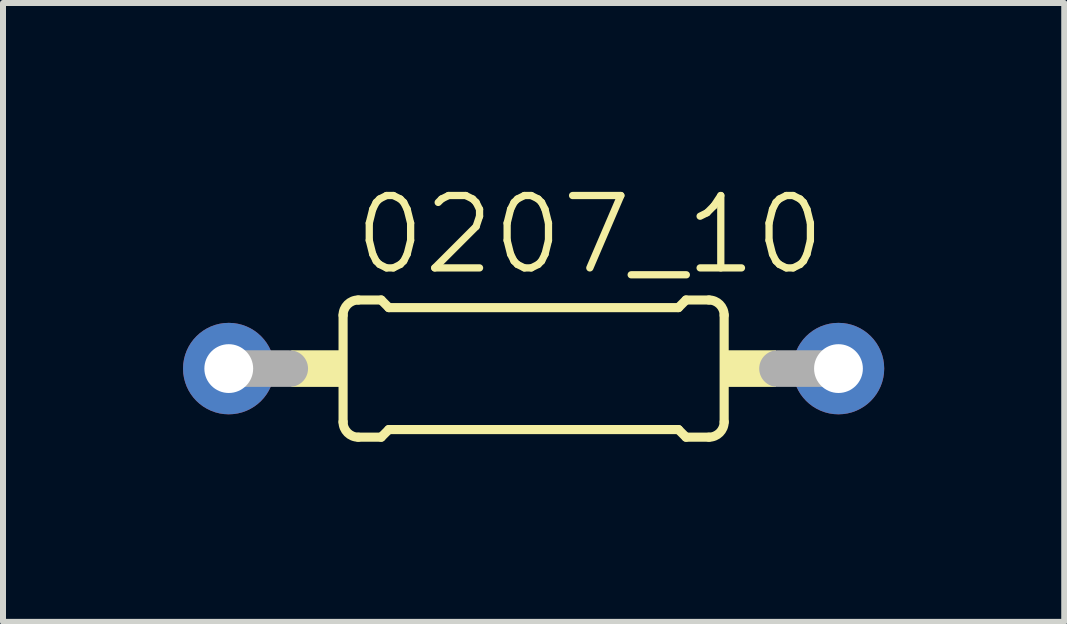
<source format=kicad_pcb>
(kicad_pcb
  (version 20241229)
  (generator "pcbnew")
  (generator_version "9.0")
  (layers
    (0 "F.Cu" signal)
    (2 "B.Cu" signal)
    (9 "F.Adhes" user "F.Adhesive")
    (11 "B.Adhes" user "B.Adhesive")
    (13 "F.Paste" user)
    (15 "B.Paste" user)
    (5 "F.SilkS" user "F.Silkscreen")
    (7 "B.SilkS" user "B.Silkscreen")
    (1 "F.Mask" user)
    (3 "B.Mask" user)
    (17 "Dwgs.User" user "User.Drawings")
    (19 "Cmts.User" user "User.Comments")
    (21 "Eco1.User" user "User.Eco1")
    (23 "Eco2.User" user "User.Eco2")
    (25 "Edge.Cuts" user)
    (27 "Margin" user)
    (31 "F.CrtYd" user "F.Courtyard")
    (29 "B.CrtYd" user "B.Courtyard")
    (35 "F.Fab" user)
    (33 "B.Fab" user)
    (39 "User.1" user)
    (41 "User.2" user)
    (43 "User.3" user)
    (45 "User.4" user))
  (footprint "0207_10"
    (layer "F.Cu")
    (at 5.842 3.092)
    (property "Reference" "0207_10" (at -3.048 -1.524 180) (layer "F.SilkS") (effects (font (size 1.206 1.206) (thickness 0.121)) (justify left bottom)))
    (attr through_hole)
    (fp_line (start -3.175 0.889) (end -3.175 -0.889) (stroke (width 0.152) (type solid)) (layer "F.SilkS"))
    (fp_line (start -2.921 -1.143) (end -2.54 -1.143) (stroke (width 0.152) (type solid)) (layer "F.SilkS"))
    (fp_line (start -2.921 1.143) (end -2.54 1.143) (stroke (width 0.152) (type solid)) (layer "F.SilkS"))
    (fp_line (start -2.413 -1.016) (end -2.54 -1.143) (stroke (width 0.152) (type solid)) (layer "F.SilkS"))
    (fp_line (start -2.413 1.016) (end -2.54 1.143) (stroke (width 0.152) (type solid)) (layer "F.SilkS"))
    (fp_line (start 2.413 -1.016) (end -2.413 -1.016) (stroke (width 0.152) (type solid)) (layer "F.SilkS"))
    (fp_line (start 2.413 -1.016) (end 2.54 -1.143) (stroke (width 0.152) (type solid)) (layer "F.SilkS"))
    (fp_line (start 2.413 1.016) (end -2.413 1.016) (stroke (width 0.152) (type solid)) (layer "F.SilkS"))
    (fp_line (start 2.413 1.016) (end 2.54 1.143) (stroke (width 0.152) (type solid)) (layer "F.SilkS"))
    (fp_line (start 2.921 -1.143) (end 2.54 -1.143) (stroke (width 0.152) (type solid)) (layer "F.SilkS"))
    (fp_line (start 2.921 1.143) (end 2.54 1.143) (stroke (width 0.152) (type solid)) (layer "F.SilkS"))
    (fp_line (start 3.175 0.889) (end 3.175 -0.889) (stroke (width 0.152) (type solid)) (layer "F.SilkS"))
    (fp_arc (start -3.175 -0.889) (mid -3.100605 -1.068605) (end -2.921 -1.143) (stroke (width 0.1524) (type solid)) (layer "F.SilkS"))
    (fp_arc (start -2.921 1.143) (mid -3.100605 1.068605) (end -3.175 0.889) (stroke (width 0.1524) (type solid)) (layer "F.SilkS"))
    (fp_arc (start 2.921 -1.143) (mid 3.100605 -1.068605) (end 3.175 -0.889) (stroke (width 0.1524) (type solid)) (layer "F.SilkS"))
    (fp_arc (start 3.175 0.889) (mid 3.100605 1.068605) (end 2.921 1.143) (stroke (width 0.1524) (type solid)) (layer "F.SilkS"))
    (fp_poly (pts (xy -4.039 0.305) (xy -3.175 0.305) (xy -3.175 -0.305) (xy -4.039 -0.305)) (stroke (width 0) (type solid)) (fill yes) (layer "F.SilkS"))
    (fp_poly (pts (xy 3.175 0.305) (xy 4.039 0.305) (xy 4.039 -0.305) (xy 3.175 -0.305)) (stroke (width 0) (type solid)) (fill yes) (layer "F.SilkS"))
    (fp_line (start -5.08 0) (end -4.064 0) (stroke (width 0.61) (type solid)) (layer "F.Fab"))
    (fp_line (start 5.08 0) (end 4.064 0) (stroke (width 0.61) (type solid)) (layer "F.Fab"))
    (pad "1" thru_hole circle (at -5.08 0) (size 1.524 1.524) (drill 0.813) (layers "*.Cu" "*.Mask"))
    (pad "2" thru_hole circle (at 5.08 0) (size 1.524 1.524) (drill 0.813) (layers "*.Cu" "*.Mask")))
  (gr_rect
    (start -3 -3)
    (end 14.684 7.312)
    (stroke (width 0.1) (type default))
    (fill no)
    (layer "Edge.Cuts")))
</source>
